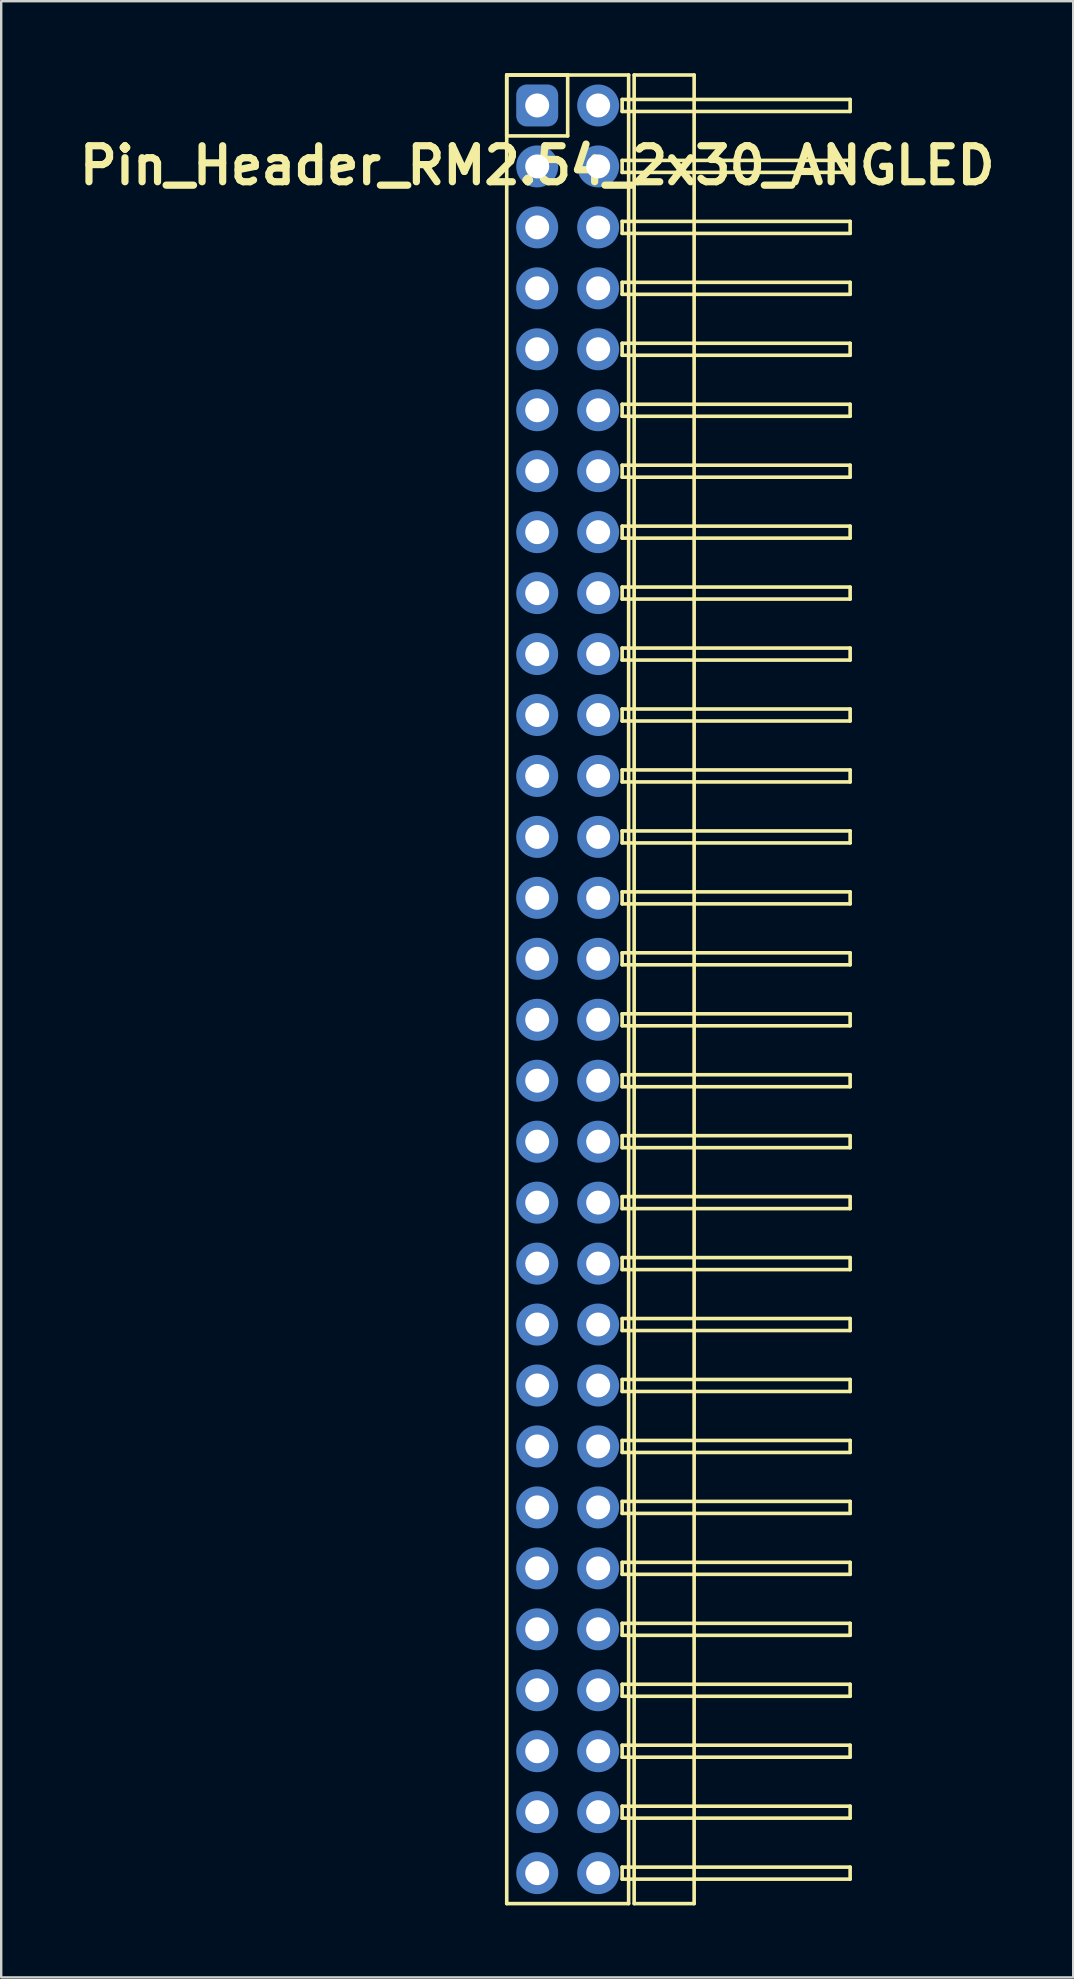
<source format=kicad_pcb>
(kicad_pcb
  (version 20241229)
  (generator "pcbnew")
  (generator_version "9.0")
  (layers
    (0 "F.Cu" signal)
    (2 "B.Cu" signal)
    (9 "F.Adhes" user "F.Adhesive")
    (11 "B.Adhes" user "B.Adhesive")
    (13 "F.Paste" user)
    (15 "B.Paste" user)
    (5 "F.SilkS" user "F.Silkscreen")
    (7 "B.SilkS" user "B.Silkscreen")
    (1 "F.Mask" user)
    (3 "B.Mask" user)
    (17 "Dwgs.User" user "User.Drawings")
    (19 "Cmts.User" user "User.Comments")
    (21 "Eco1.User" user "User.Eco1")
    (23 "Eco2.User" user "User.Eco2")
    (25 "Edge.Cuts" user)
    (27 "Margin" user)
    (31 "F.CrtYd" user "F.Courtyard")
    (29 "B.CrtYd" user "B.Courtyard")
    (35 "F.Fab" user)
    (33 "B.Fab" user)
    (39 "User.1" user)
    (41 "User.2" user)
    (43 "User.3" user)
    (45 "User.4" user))
  (footprint "Pin_Header_RM2.54_2x30_ANGLED"
    (layer "F.Cu")
    (at 19.336 1.345)
    (property "Reference" "Pin_Header_RM2.54_2x30_ANGLED" (at 0 2.5 0) (layer "F.SilkS") (effects (font (size 1.5 1.5) (thickness 0.3))))
    (attr through_hole)
    (fp_line (start -1.27 -1.27) (end 1.27 -1.27) (stroke (width 0.15) (type solid)) (layer "F.SilkS"))
    (fp_line (start -1.27 -1.27) (end 3.81 -1.27) (stroke (width 0.15) (type solid)) (layer "F.SilkS"))
    (fp_line (start -1.27 1.27) (end -1.27 -1.27) (stroke (width 0.15) (type solid)) (layer "F.SilkS"))
    (fp_line (start -1.27 74.93) (end -1.27 -1.27) (stroke (width 0.15) (type solid)) (layer "F.SilkS"))
    (fp_line (start 1.27 -1.27) (end 1.27 1.27) (stroke (width 0.15) (type solid)) (layer "F.SilkS"))
    (fp_line (start 1.27 1.27) (end -1.27 1.27) (stroke (width 0.15) (type solid)) (layer "F.SilkS"))
    (fp_line (start 3.54 -0.25) (end 13.04 -0.25) (stroke (width 0.15) (type solid)) (layer "F.SilkS"))
    (fp_line (start 3.54 0.25) (end 3.54 -0.25) (stroke (width 0.15) (type solid)) (layer "F.SilkS"))
    (fp_line (start 3.54 2.29) (end 13.04 2.29) (stroke (width 0.15) (type solid)) (layer "F.SilkS"))
    (fp_line (start 3.54 2.79) (end 3.54 2.29) (stroke (width 0.15) (type solid)) (layer "F.SilkS"))
    (fp_line (start 3.54 4.83) (end 13.04 4.83) (stroke (width 0.15) (type solid)) (layer "F.SilkS"))
    (fp_line (start 3.54 5.33) (end 3.54 4.83) (stroke (width 0.15) (type solid)) (layer "F.SilkS"))
    (fp_line (start 3.54 7.37) (end 13.04 7.37) (stroke (width 0.15) (type solid)) (layer "F.SilkS"))
    (fp_line (start 3.54 7.87) (end 3.54 7.37) (stroke (width 0.15) (type solid)) (layer "F.SilkS"))
    (fp_line (start 3.54 9.91) (end 13.04 9.91) (stroke (width 0.15) (type solid)) (layer "F.SilkS"))
    (fp_line (start 3.54 10.41) (end 3.54 9.91) (stroke (width 0.15) (type solid)) (layer "F.SilkS"))
    (fp_line (start 3.54 12.45) (end 13.04 12.45) (stroke (width 0.15) (type solid)) (layer "F.SilkS"))
    (fp_line (start 3.54 12.95) (end 3.54 12.45) (stroke (width 0.15) (type solid)) (layer "F.SilkS"))
    (fp_line (start 3.54 14.99) (end 13.04 14.99) (stroke (width 0.15) (type solid)) (layer "F.SilkS"))
    (fp_line (start 3.54 15.49) (end 3.54 14.99) (stroke (width 0.15) (type solid)) (layer "F.SilkS"))
    (fp_line (start 3.54 17.53) (end 13.04 17.53) (stroke (width 0.15) (type solid)) (layer "F.SilkS"))
    (fp_line (start 3.54 18.03) (end 3.54 17.53) (stroke (width 0.15) (type solid)) (layer "F.SilkS"))
    (fp_line (start 3.54 20.07) (end 13.04 20.07) (stroke (width 0.15) (type solid)) (layer "F.SilkS"))
    (fp_line (start 3.54 20.57) (end 3.54 20.07) (stroke (width 0.15) (type solid)) (layer "F.SilkS"))
    (fp_line (start 3.54 22.61) (end 13.04 22.61) (stroke (width 0.15) (type solid)) (layer "F.SilkS"))
    (fp_line (start 3.54 23.11) (end 3.54 22.61) (stroke (width 0.15) (type solid)) (layer "F.SilkS"))
    (fp_line (start 3.54 25.15) (end 13.04 25.15) (stroke (width 0.15) (type solid)) (layer "F.SilkS"))
    (fp_line (start 3.54 25.65) (end 3.54 25.15) (stroke (width 0.15) (type solid)) (layer "F.SilkS"))
    (fp_line (start 3.54 27.69) (end 13.04 27.69) (stroke (width 0.15) (type solid)) (layer "F.SilkS"))
    (fp_line (start 3.54 28.19) (end 3.54 27.69) (stroke (width 0.15) (type solid)) (layer "F.SilkS"))
    (fp_line (start 3.54 30.23) (end 13.04 30.23) (stroke (width 0.15) (type solid)) (layer "F.SilkS"))
    (fp_line (start 3.54 30.73) (end 3.54 30.23) (stroke (width 0.15) (type solid)) (layer "F.SilkS"))
    (fp_line (start 3.54 32.77) (end 13.04 32.77) (stroke (width 0.15) (type solid)) (layer "F.SilkS"))
    (fp_line (start 3.54 33.27) (end 3.54 32.77) (stroke (width 0.15) (type solid)) (layer "F.SilkS"))
    (fp_line (start 3.54 35.31) (end 13.04 35.31) (stroke (width 0.15) (type solid)) (layer "F.SilkS"))
    (fp_line (start 3.54 35.81) (end 3.54 35.31) (stroke (width 0.15) (type solid)) (layer "F.SilkS"))
    (fp_line (start 3.54 37.85) (end 13.04 37.85) (stroke (width 0.15) (type solid)) (layer "F.SilkS"))
    (fp_line (start 3.54 38.35) (end 3.54 37.85) (stroke (width 0.15) (type solid)) (layer "F.SilkS"))
    (fp_line (start 3.54 40.39) (end 13.04 40.39) (stroke (width 0.15) (type solid)) (layer "F.SilkS"))
    (fp_line (start 3.54 40.89) (end 3.54 40.39) (stroke (width 0.15) (type solid)) (layer "F.SilkS"))
    (fp_line (start 3.54 42.93) (end 13.04 42.93) (stroke (width 0.15) (type solid)) (layer "F.SilkS"))
    (fp_line (start 3.54 43.43) (end 3.54 42.93) (stroke (width 0.15) (type solid)) (layer "F.SilkS"))
    (fp_line (start 3.54 45.47) (end 13.04 45.47) (stroke (width 0.15) (type solid)) (layer "F.SilkS"))
    (fp_line (start 3.54 45.97) (end 3.54 45.47) (stroke (width 0.15) (type solid)) (layer "F.SilkS"))
    (fp_line (start 3.54 48.01) (end 13.04 48.01) (stroke (width 0.15) (type solid)) (layer "F.SilkS"))
    (fp_line (start 3.54 48.51) (end 3.54 48.01) (stroke (width 0.15) (type solid)) (layer "F.SilkS"))
    (fp_line (start 3.54 50.55) (end 13.04 50.55) (stroke (width 0.15) (type solid)) (layer "F.SilkS"))
    (fp_line (start 3.54 51.05) (end 3.54 50.55) (stroke (width 0.15) (type solid)) (layer "F.SilkS"))
    (fp_line (start 3.54 53.09) (end 13.04 53.09) (stroke (width 0.15) (type solid)) (layer "F.SilkS"))
    (fp_line (start 3.54 53.59) (end 3.54 53.09) (stroke (width 0.15) (type solid)) (layer "F.SilkS"))
    (fp_line (start 3.54 55.63) (end 13.04 55.63) (stroke (width 0.15) (type solid)) (layer "F.SilkS"))
    (fp_line (start 3.54 56.13) (end 3.54 55.63) (stroke (width 0.15) (type solid)) (layer "F.SilkS"))
    (fp_line (start 3.54 58.17) (end 13.04 58.17) (stroke (width 0.15) (type solid)) (layer "F.SilkS"))
    (fp_line (start 3.54 58.67) (end 3.54 58.17) (stroke (width 0.15) (type solid)) (layer "F.SilkS"))
    (fp_line (start 3.54 60.71) (end 13.04 60.71) (stroke (width 0.15) (type solid)) (layer "F.SilkS"))
    (fp_line (start 3.54 61.21) (end 3.54 60.71) (stroke (width 0.15) (type solid)) (layer "F.SilkS"))
    (fp_line (start 3.54 63.25) (end 13.04 63.25) (stroke (width 0.15) (type solid)) (layer "F.SilkS"))
    (fp_line (start 3.54 63.75) (end 3.54 63.25) (stroke (width 0.15) (type solid)) (layer "F.SilkS"))
    (fp_line (start 3.54 65.79) (end 13.04 65.79) (stroke (width 0.15) (type solid)) (layer "F.SilkS"))
    (fp_line (start 3.54 66.29) (end 3.54 65.79) (stroke (width 0.15) (type solid)) (layer "F.SilkS"))
    (fp_line (start 3.54 68.33) (end 13.04 68.33) (stroke (width 0.15) (type solid)) (layer "F.SilkS"))
    (fp_line (start 3.54 68.83) (end 3.54 68.33) (stroke (width 0.15) (type solid)) (layer "F.SilkS"))
    (fp_line (start 3.54 70.87) (end 13.04 70.87) (stroke (width 0.15) (type solid)) (layer "F.SilkS"))
    (fp_line (start 3.54 71.37) (end 3.54 70.87) (stroke (width 0.15) (type solid)) (layer "F.SilkS"))
    (fp_line (start 3.54 73.41) (end 13.04 73.41) (stroke (width 0.15) (type solid)) (layer "F.SilkS"))
    (fp_line (start 3.54 73.91) (end 3.54 73.41) (stroke (width 0.15) (type solid)) (layer "F.SilkS"))
    (fp_line (start 3.81 -1.27) (end 3.81 74.93) (stroke (width 0.15) (type solid)) (layer "F.SilkS"))
    (fp_line (start 3.81 74.93) (end -1.27 74.93) (stroke (width 0.15) (type solid)) (layer "F.SilkS"))
    (fp_line (start 4.04 -1.27) (end 6.54 -1.27) (stroke (width 0.15) (type solid)) (layer "F.SilkS"))
    (fp_line (start 4.04 74.93) (end 4.04 -1.27) (stroke (width 0.15) (type solid)) (layer "F.SilkS"))
    (fp_line (start 6.54 -1.27) (end 6.54 74.93) (stroke (width 0.15) (type solid)) (layer "F.SilkS"))
    (fp_line (start 6.54 74.93) (end 4.04 74.93) (stroke (width 0.15) (type solid)) (layer "F.SilkS"))
    (fp_line (start 13.04 -0.25) (end 13.04 0.25) (stroke (width 0.15) (type solid)) (layer "F.SilkS"))
    (fp_line (start 13.04 0.25) (end 3.54 0.25) (stroke (width 0.15) (type solid)) (layer "F.SilkS"))
    (fp_line (start 13.04 2.29) (end 13.04 2.79) (stroke (width 0.15) (type solid)) (layer "F.SilkS"))
    (fp_line (start 13.04 2.79) (end 3.54 2.79) (stroke (width 0.15) (type solid)) (layer "F.SilkS"))
    (fp_line (start 13.04 4.83) (end 13.04 5.33) (stroke (width 0.15) (type solid)) (layer "F.SilkS"))
    (fp_line (start 13.04 5.33) (end 3.54 5.33) (stroke (width 0.15) (type solid)) (layer "F.SilkS"))
    (fp_line (start 13.04 7.37) (end 13.04 7.87) (stroke (width 0.15) (type solid)) (layer "F.SilkS"))
    (fp_line (start 13.04 7.87) (end 3.54 7.87) (stroke (width 0.15) (type solid)) (layer "F.SilkS"))
    (fp_line (start 13.04 9.91) (end 13.04 10.41) (stroke (width 0.15) (type solid)) (layer "F.SilkS"))
    (fp_line (start 13.04 10.41) (end 3.54 10.41) (stroke (width 0.15) (type solid)) (layer "F.SilkS"))
    (fp_line (start 13.04 12.45) (end 13.04 12.95) (stroke (width 0.15) (type solid)) (layer "F.SilkS"))
    (fp_line (start 13.04 12.95) (end 3.54 12.95) (stroke (width 0.15) (type solid)) (layer "F.SilkS"))
    (fp_line (start 13.04 14.99) (end 13.04 15.49) (stroke (width 0.15) (type solid)) (layer "F.SilkS"))
    (fp_line (start 13.04 15.49) (end 3.54 15.49) (stroke (width 0.15) (type solid)) (layer "F.SilkS"))
    (fp_line (start 13.04 17.53) (end 13.04 18.03) (stroke (width 0.15) (type solid)) (layer "F.SilkS"))
    (fp_line (start 13.04 18.03) (end 3.54 18.03) (stroke (width 0.15) (type solid)) (layer "F.SilkS"))
    (fp_line (start 13.04 20.07) (end 13.04 20.57) (stroke (width 0.15) (type solid)) (layer "F.SilkS"))
    (fp_line (start 13.04 20.57) (end 3.54 20.57) (stroke (width 0.15) (type solid)) (layer "F.SilkS"))
    (fp_line (start 13.04 22.61) (end 13.04 23.11) (stroke (width 0.15) (type solid)) (layer "F.SilkS"))
    (fp_line (start 13.04 23.11) (end 3.54 23.11) (stroke (width 0.15) (type solid)) (layer "F.SilkS"))
    (fp_line (start 13.04 25.15) (end 13.04 25.65) (stroke (width 0.15) (type solid)) (layer "F.SilkS"))
    (fp_line (start 13.04 25.65) (end 3.54 25.65) (stroke (width 0.15) (type solid)) (layer "F.SilkS"))
    (fp_line (start 13.04 27.69) (end 13.04 28.19) (stroke (width 0.15) (type solid)) (layer "F.SilkS"))
    (fp_line (start 13.04 28.19) (end 3.54 28.19) (stroke (width 0.15) (type solid)) (layer "F.SilkS"))
    (fp_line (start 13.04 30.23) (end 13.04 30.73) (stroke (width 0.15) (type solid)) (layer "F.SilkS"))
    (fp_line (start 13.04 30.73) (end 3.54 30.73) (stroke (width 0.15) (type solid)) (layer "F.SilkS"))
    (fp_line (start 13.04 32.77) (end 13.04 33.27) (stroke (width 0.15) (type solid)) (layer "F.SilkS"))
    (fp_line (start 13.04 33.27) (end 3.54 33.27) (stroke (width 0.15) (type solid)) (layer "F.SilkS"))
    (fp_line (start 13.04 35.31) (end 13.04 35.81) (stroke (width 0.15) (type solid)) (layer "F.SilkS"))
    (fp_line (start 13.04 35.81) (end 3.54 35.81) (stroke (width 0.15) (type solid)) (layer "F.SilkS"))
    (fp_line (start 13.04 37.85) (end 13.04 38.35) (stroke (width 0.15) (type solid)) (layer "F.SilkS"))
    (fp_line (start 13.04 38.35) (end 3.54 38.35) (stroke (width 0.15) (type solid)) (layer "F.SilkS"))
    (fp_line (start 13.04 40.39) (end 13.04 40.89) (stroke (width 0.15) (type solid)) (layer "F.SilkS"))
    (fp_line (start 13.04 40.89) (end 3.54 40.89) (stroke (width 0.15) (type solid)) (layer "F.SilkS"))
    (fp_line (start 13.04 42.93) (end 13.04 43.43) (stroke (width 0.15) (type solid)) (layer "F.SilkS"))
    (fp_line (start 13.04 43.43) (end 3.54 43.43) (stroke (width 0.15) (type solid)) (layer "F.SilkS"))
    (fp_line (start 13.04 45.47) (end 13.04 45.97) (stroke (width 0.15) (type solid)) (layer "F.SilkS"))
    (fp_line (start 13.04 45.97) (end 3.54 45.97) (stroke (width 0.15) (type solid)) (layer "F.SilkS"))
    (fp_line (start 13.04 48.01) (end 13.04 48.51) (stroke (width 0.15) (type solid)) (layer "F.SilkS"))
    (fp_line (start 13.04 48.51) (end 3.54 48.51) (stroke (width 0.15) (type solid)) (layer "F.SilkS"))
    (fp_line (start 13.04 50.55) (end 13.04 51.05) (stroke (width 0.15) (type solid)) (layer "F.SilkS"))
    (fp_line (start 13.04 51.05) (end 3.54 51.05) (stroke (width 0.15) (type solid)) (layer "F.SilkS"))
    (fp_line (start 13.04 53.09) (end 13.04 53.59) (stroke (width 0.15) (type solid)) (layer "F.SilkS"))
    (fp_line (start 13.04 53.59) (end 3.54 53.59) (stroke (width 0.15) (type solid)) (layer "F.SilkS"))
    (fp_line (start 13.04 55.63) (end 13.04 56.13) (stroke (width 0.15) (type solid)) (layer "F.SilkS"))
    (fp_line (start 13.04 56.13) (end 3.54 56.13) (stroke (width 0.15) (type solid)) (layer "F.SilkS"))
    (fp_line (start 13.04 58.17) (end 13.04 58.67) (stroke (width 0.15) (type solid)) (layer "F.SilkS"))
    (fp_line (start 13.04 58.67) (end 3.54 58.67) (stroke (width 0.15) (type solid)) (layer "F.SilkS"))
    (fp_line (start 13.04 60.71) (end 13.04 61.21) (stroke (width 0.15) (type solid)) (layer "F.SilkS"))
    (fp_line (start 13.04 61.21) (end 3.54 61.21) (stroke (width 0.15) (type solid)) (layer "F.SilkS"))
    (fp_line (start 13.04 63.25) (end 13.04 63.75) (stroke (width 0.15) (type solid)) (layer "F.SilkS"))
    (fp_line (start 13.04 63.75) (end 3.54 63.75) (stroke (width 0.15) (type solid)) (layer "F.SilkS"))
    (fp_line (start 13.04 65.79) (end 13.04 66.29) (stroke (width 0.15) (type solid)) (layer "F.SilkS"))
    (fp_line (start 13.04 66.29) (end 3.54 66.29) (stroke (width 0.15) (type solid)) (layer "F.SilkS"))
    (fp_line (start 13.04 68.33) (end 13.04 68.83) (stroke (width 0.15) (type solid)) (layer "F.SilkS"))
    (fp_line (start 13.04 68.83) (end 3.54 68.83) (stroke (width 0.15) (type solid)) (layer "F.SilkS"))
    (fp_line (start 13.04 70.87) (end 13.04 71.37) (stroke (width 0.15) (type solid)) (layer "F.SilkS"))
    (fp_line (start 13.04 71.37) (end 3.54 71.37) (stroke (width 0.15) (type solid)) (layer "F.SilkS"))
    (fp_line (start 13.04 73.41) (end 13.04 73.91) (stroke (width 0.15) (type solid)) (layer "F.SilkS"))
    (fp_line (start 13.04 73.91) (end 3.54 73.91) (stroke (width 0.15) (type solid)) (layer "F.SilkS"))
    (pad "1" thru_hole circle (at 0 0) (size 1.3 1.3) (drill 1) (layers "*.Cu" "*.Mask"))
    (pad "1" smd roundrect (at 0 0) (size 1.5 1.5) (layers "F.Cu" "F.Mask") (roundrect_rratio 0.25))
    (pad "1" smd roundrect (at 0 0) (size 1.75 1.75) (layers "B.Cu" "B.Mask") (roundrect_rratio 0.25))
    (pad "2" thru_hole circle (at 2.54 0) (size 1.3 1.3) (drill 1) (layers "*.Cu" "*.Mask"))
    (pad "2" smd circle (at 2.54 0) (size 1.5 1.5) (layers "F.Cu" "F.Mask"))
    (pad "2" smd circle (at 2.54 0) (size 1.75 1.75) (layers "B.Cu" "B.Mask"))
    (pad "3" thru_hole circle (at 0 2.54) (size 1.3 1.3) (drill 1) (layers "*.Cu" "*.Mask"))
    (pad "3" smd circle (at 0 2.54) (size 1.5 1.5) (layers "F.Cu" "F.Mask"))
    (pad "3" smd circle (at 0 2.54) (size 1.75 1.75) (layers "B.Cu" "B.Mask"))
    (pad "4" thru_hole circle (at 2.54 2.54) (size 1.3 1.3) (drill 1) (layers "*.Cu" "*.Mask"))
    (pad "4" smd circle (at 2.54 2.54) (size 1.5 1.5) (layers "F.Cu" "F.Mask"))
    (pad "4" smd circle (at 2.54 2.54) (size 1.75 1.75) (layers "B.Cu" "B.Mask"))
    (pad "5" thru_hole circle (at 0 5.08) (size 1.3 1.3) (drill 1) (layers "*.Cu" "*.Mask"))
    (pad "5" smd circle (at 0 5.08) (size 1.5 1.5) (layers "F.Cu" "F.Mask"))
    (pad "5" smd circle (at 0 5.08) (size 1.75 1.75) (layers "B.Cu" "B.Mask"))
    (pad "6" thru_hole circle (at 2.54 5.08) (size 1.3 1.3) (drill 1) (layers "*.Cu" "*.Mask"))
    (pad "6" smd circle (at 2.54 5.08) (size 1.5 1.5) (layers "F.Cu" "F.Mask"))
    (pad "6" smd circle (at 2.54 5.08) (size 1.75 1.75) (layers "B.Cu" "B.Mask"))
    (pad "7" thru_hole circle (at 0 7.62) (size 1.3 1.3) (drill 1) (layers "*.Cu" "*.Mask"))
    (pad "7" smd circle (at 0 7.62) (size 1.5 1.5) (layers "F.Cu" "F.Mask"))
    (pad "7" smd circle (at 0 7.62) (size 1.75 1.75) (layers "B.Cu" "B.Mask"))
    (pad "8" thru_hole circle (at 2.54 7.62) (size 1.3 1.3) (drill 1) (layers "*.Cu" "*.Mask"))
    (pad "8" smd circle (at 2.54 7.62) (size 1.5 1.5) (layers "F.Cu" "F.Mask"))
    (pad "8" smd circle (at 2.54 7.62) (size 1.75 1.75) (layers "B.Cu" "B.Mask"))
    (pad "9" thru_hole circle (at 0 10.16) (size 1.3 1.3) (drill 1) (layers "*.Cu" "*.Mask"))
    (pad "9" smd circle (at 0 10.16) (size 1.5 1.5) (layers "F.Cu" "F.Mask"))
    (pad "9" smd circle (at 0 10.16) (size 1.75 1.75) (layers "B.Cu" "B.Mask"))
    (pad "10" thru_hole circle (at 2.54 10.16) (size 1.3 1.3) (drill 1) (layers "*.Cu" "*.Mask"))
    (pad "10" smd circle (at 2.54 10.16) (size 1.5 1.5) (layers "F.Cu" "F.Mask"))
    (pad "10" smd circle (at 2.54 10.16) (size 1.75 1.75) (layers "B.Cu" "B.Mask"))
    (pad "11" thru_hole circle (at 0 12.7) (size 1.3 1.3) (drill 1) (layers "*.Cu" "*.Mask"))
    (pad "11" smd circle (at 0 12.7) (size 1.5 1.5) (layers "F.Cu" "F.Mask"))
    (pad "11" smd circle (at 0 12.7) (size 1.75 1.75) (layers "B.Cu" "B.Mask"))
    (pad "12" thru_hole circle (at 2.54 12.7) (size 1.3 1.3) (drill 1) (layers "*.Cu" "*.Mask"))
    (pad "12" smd circle (at 2.54 12.7) (size 1.5 1.5) (layers "F.Cu" "F.Mask"))
    (pad "12" smd circle (at 2.54 12.7) (size 1.75 1.75) (layers "B.Cu" "B.Mask"))
    (pad "13" thru_hole circle (at 0 15.24) (size 1.3 1.3) (drill 1) (layers "*.Cu" "*.Mask"))
    (pad "13" smd circle (at 0 15.24) (size 1.5 1.5) (layers "F.Cu" "F.Mask"))
    (pad "13" smd circle (at 0 15.24) (size 1.75 1.75) (layers "B.Cu" "B.Mask"))
    (pad "14" thru_hole circle (at 2.54 15.24) (size 1.3 1.3) (drill 1) (layers "*.Cu" "*.Mask"))
    (pad "14" smd circle (at 2.54 15.24) (size 1.5 1.5) (layers "F.Cu" "F.Mask"))
    (pad "14" smd circle (at 2.54 15.24) (size 1.75 1.75) (layers "B.Cu" "B.Mask"))
    (pad "15" thru_hole circle (at 0 17.78) (size 1.3 1.3) (drill 1) (layers "*.Cu" "*.Mask"))
    (pad "15" smd circle (at 0 17.78) (size 1.5 1.5) (layers "F.Cu" "F.Mask"))
    (pad "15" smd circle (at 0 17.78) (size 1.75 1.75) (layers "B.Cu" "B.Mask"))
    (pad "16" thru_hole circle (at 2.54 17.78) (size 1.3 1.3) (drill 1) (layers "*.Cu" "*.Mask"))
    (pad "16" smd circle (at 2.54 17.78) (size 1.5 1.5) (layers "F.Cu" "F.Mask"))
    (pad "16" smd circle (at 2.54 17.78) (size 1.75 1.75) (layers "B.Cu" "B.Mask"))
    (pad "17" thru_hole circle (at 0 20.32) (size 1.3 1.3) (drill 1) (layers "*.Cu" "*.Mask"))
    (pad "17" smd circle (at 0 20.32) (size 1.5 1.5) (layers "F.Cu" "F.Mask"))
    (pad "17" smd circle (at 0 20.32) (size 1.75 1.75) (layers "B.Cu" "B.Mask"))
    (pad "18" thru_hole circle (at 2.54 20.32) (size 1.3 1.3) (drill 1) (layers "*.Cu" "*.Mask"))
    (pad "18" smd circle (at 2.54 20.32) (size 1.5 1.5) (layers "F.Cu" "F.Mask"))
    (pad "18" smd circle (at 2.54 20.32) (size 1.75 1.75) (layers "B.Cu" "B.Mask"))
    (pad "19" thru_hole circle (at 0 22.86) (size 1.3 1.3) (drill 1) (layers "*.Cu" "*.Mask"))
    (pad "19" smd circle (at 0 22.86) (size 1.5 1.5) (layers "F.Cu" "F.Mask"))
    (pad "19" smd circle (at 0 22.86) (size 1.75 1.75) (layers "B.Cu" "B.Mask"))
    (pad "20" thru_hole circle (at 2.54 22.86) (size 1.3 1.3) (drill 1) (layers "*.Cu" "*.Mask"))
    (pad "20" smd circle (at 2.54 22.86) (size 1.5 1.5) (layers "F.Cu" "F.Mask"))
    (pad "20" smd circle (at 2.54 22.86) (size 1.75 1.75) (layers "B.Cu" "B.Mask"))
    (pad "21" thru_hole circle (at 0 25.4) (size 1.3 1.3) (drill 1) (layers "*.Cu" "*.Mask"))
    (pad "21" smd circle (at 0 25.4) (size 1.5 1.5) (layers "F.Cu" "F.Mask"))
    (pad "21" smd circle (at 0 25.4) (size 1.75 1.75) (layers "B.Cu" "B.Mask"))
    (pad "22" thru_hole circle (at 2.54 25.4) (size 1.3 1.3) (drill 1) (layers "*.Cu" "*.Mask"))
    (pad "22" smd circle (at 2.54 25.4) (size 1.5 1.5) (layers "F.Cu" "F.Mask"))
    (pad "22" smd circle (at 2.54 25.4) (size 1.75 1.75) (layers "B.Cu" "B.Mask"))
    (pad "23" thru_hole circle (at 0 27.94) (size 1.3 1.3) (drill 1) (layers "*.Cu" "*.Mask"))
    (pad "23" smd circle (at 0 27.94) (size 1.5 1.5) (layers "F.Cu" "F.Mask"))
    (pad "23" smd circle (at 0 27.94) (size 1.75 1.75) (layers "B.Cu" "B.Mask"))
    (pad "24" thru_hole circle (at 2.54 27.94) (size 1.3 1.3) (drill 1) (layers "*.Cu" "*.Mask"))
    (pad "24" smd circle (at 2.54 27.94) (size 1.5 1.5) (layers "F.Cu" "F.Mask"))
    (pad "24" smd circle (at 2.54 27.94) (size 1.75 1.75) (layers "B.Cu" "B.Mask"))
    (pad "25" thru_hole circle (at 0 30.48) (size 1.3 1.3) (drill 1) (layers "*.Cu" "*.Mask"))
    (pad "25" smd circle (at 0 30.48) (size 1.5 1.5) (layers "F.Cu" "F.Mask"))
    (pad "25" smd circle (at 0 30.48) (size 1.75 1.75) (layers "B.Cu" "B.Mask"))
    (pad "26" thru_hole circle (at 2.54 30.48) (size 1.3 1.3) (drill 1) (layers "*.Cu" "*.Mask"))
    (pad "26" smd circle (at 2.54 30.48) (size 1.5 1.5) (layers "F.Cu" "F.Mask"))
    (pad "26" smd circle (at 2.54 30.48) (size 1.75 1.75) (layers "B.Cu" "B.Mask"))
    (pad "27" thru_hole circle (at 0 33.02) (size 1.3 1.3) (drill 1) (layers "*.Cu" "*.Mask"))
    (pad "27" smd circle (at 0 33.02) (size 1.5 1.5) (layers "F.Cu" "F.Mask"))
    (pad "27" smd circle (at 0 33.02) (size 1.75 1.75) (layers "B.Cu" "B.Mask"))
    (pad "28" thru_hole circle (at 2.54 33.02) (size 1.3 1.3) (drill 1) (layers "*.Cu" "*.Mask"))
    (pad "28" smd circle (at 2.54 33.02) (size 1.5 1.5) (layers "F.Cu" "F.Mask"))
    (pad "28" smd circle (at 2.54 33.02) (size 1.75 1.75) (layers "B.Cu" "B.Mask"))
    (pad "29" thru_hole circle (at 0 35.56) (size 1.3 1.3) (drill 1) (layers "*.Cu" "*.Mask"))
    (pad "29" smd circle (at 0 35.56) (size 1.5 1.5) (layers "F.Cu" "F.Mask"))
    (pad "29" smd circle (at 0 35.56) (size 1.75 1.75) (layers "B.Cu" "B.Mask"))
    (pad "30" thru_hole circle (at 2.54 35.56) (size 1.3 1.3) (drill 1) (layers "*.Cu" "*.Mask"))
    (pad "30" smd circle (at 2.54 35.56) (size 1.5 1.5) (layers "F.Cu" "F.Mask"))
    (pad "30" smd circle (at 2.54 35.56) (size 1.75 1.75) (layers "B.Cu" "B.Mask"))
    (pad "31" thru_hole circle (at 0 38.1) (size 1.3 1.3) (drill 1) (layers "*.Cu" "*.Mask"))
    (pad "31" smd circle (at 0 38.1) (size 1.5 1.5) (layers "F.Cu" "F.Mask"))
    (pad "31" smd circle (at 0 38.1) (size 1.75 1.75) (layers "B.Cu" "B.Mask"))
    (pad "32" thru_hole circle (at 2.54 38.1) (size 1.3 1.3) (drill 1) (layers "*.Cu" "*.Mask"))
    (pad "32" smd circle (at 2.54 38.1) (size 1.5 1.5) (layers "F.Cu" "F.Mask"))
    (pad "32" smd circle (at 2.54 38.1) (size 1.75 1.75) (layers "B.Cu" "B.Mask"))
    (pad "33" thru_hole circle (at 0 40.64) (size 1.3 1.3) (drill 1) (layers "*.Cu" "*.Mask"))
    (pad "33" smd circle (at 0 40.64) (size 1.5 1.5) (layers "F.Cu" "F.Mask"))
    (pad "33" smd circle (at 0 40.64) (size 1.75 1.75) (layers "B.Cu" "B.Mask"))
    (pad "34" thru_hole circle (at 2.54 40.64) (size 1.3 1.3) (drill 1) (layers "*.Cu" "*.Mask"))
    (pad "34" smd circle (at 2.54 40.64) (size 1.5 1.5) (layers "F.Cu" "F.Mask"))
    (pad "34" smd circle (at 2.54 40.64) (size 1.75 1.75) (layers "B.Cu" "B.Mask"))
    (pad "35" thru_hole circle (at 0 43.18) (size 1.3 1.3) (drill 1) (layers "*.Cu" "*.Mask"))
    (pad "35" smd circle (at 0 43.18) (size 1.5 1.5) (layers "F.Cu" "F.Mask"))
    (pad "35" smd circle (at 0 43.18) (size 1.75 1.75) (layers "B.Cu" "B.Mask"))
    (pad "36" thru_hole circle (at 2.54 43.18) (size 1.3 1.3) (drill 1) (layers "*.Cu" "*.Mask"))
    (pad "36" smd circle (at 2.54 43.18) (size 1.5 1.5) (layers "F.Cu" "F.Mask"))
    (pad "36" smd circle (at 2.54 43.18) (size 1.75 1.75) (layers "B.Cu" "B.Mask"))
    (pad "37" thru_hole circle (at 0 45.72) (size 1.3 1.3) (drill 1) (layers "*.Cu" "*.Mask"))
    (pad "37" smd circle (at 0 45.72) (size 1.5 1.5) (layers "F.Cu" "F.Mask"))
    (pad "37" smd circle (at 0 45.72) (size 1.75 1.75) (layers "B.Cu" "B.Mask"))
    (pad "38" thru_hole circle (at 2.54 45.72) (size 1.3 1.3) (drill 1) (layers "*.Cu" "*.Mask"))
    (pad "38" smd circle (at 2.54 45.72) (size 1.5 1.5) (layers "F.Cu" "F.Mask"))
    (pad "38" smd circle (at 2.54 45.72) (size 1.75 1.75) (layers "B.Cu" "B.Mask"))
    (pad "39" thru_hole circle (at 0 48.26) (size 1.3 1.3) (drill 1) (layers "*.Cu" "*.Mask"))
    (pad "39" smd circle (at 0 48.26) (size 1.5 1.5) (layers "F.Cu" "F.Mask"))
    (pad "39" smd circle (at 0 48.26) (size 1.75 1.75) (layers "B.Cu" "B.Mask"))
    (pad "40" thru_hole circle (at 2.54 48.26) (size 1.3 1.3) (drill 1) (layers "*.Cu" "*.Mask"))
    (pad "40" smd circle (at 2.54 48.26) (size 1.5 1.5) (layers "F.Cu" "F.Mask"))
    (pad "40" smd circle (at 2.54 48.26) (size 1.75 1.75) (layers "B.Cu" "B.Mask"))
    (pad "41" thru_hole circle (at 0 50.8) (size 1.3 1.3) (drill 1) (layers "*.Cu" "*.Mask"))
    (pad "41" smd circle (at 0 50.8) (size 1.5 1.5) (layers "F.Cu" "F.Mask"))
    (pad "41" smd circle (at 0 50.8) (size 1.75 1.75) (layers "B.Cu" "B.Mask"))
    (pad "42" thru_hole circle (at 2.54 50.8) (size 1.3 1.3) (drill 1) (layers "*.Cu" "*.Mask"))
    (pad "42" smd circle (at 2.54 50.8) (size 1.5 1.5) (layers "F.Cu" "F.Mask"))
    (pad "42" smd circle (at 2.54 50.8) (size 1.75 1.75) (layers "B.Cu" "B.Mask"))
    (pad "43" thru_hole circle (at 0 53.34) (size 1.3 1.3) (drill 1) (layers "*.Cu" "*.Mask"))
    (pad "43" smd circle (at 0 53.34) (size 1.5 1.5) (layers "F.Cu" "F.Mask"))
    (pad "43" smd circle (at 0 53.34) (size 1.75 1.75) (layers "B.Cu" "B.Mask"))
    (pad "44" thru_hole circle (at 2.54 53.34) (size 1.3 1.3) (drill 1) (layers "*.Cu" "*.Mask"))
    (pad "44" smd circle (at 2.54 53.34) (size 1.5 1.5) (layers "F.Cu" "F.Mask"))
    (pad "44" smd circle (at 2.54 53.34) (size 1.75 1.75) (layers "B.Cu" "B.Mask"))
    (pad "45" thru_hole circle (at 0 55.88) (size 1.3 1.3) (drill 1) (layers "*.Cu" "*.Mask"))
    (pad "45" smd circle (at 0 55.88) (size 1.5 1.5) (layers "F.Cu" "F.Mask"))
    (pad "45" smd circle (at 0 55.88) (size 1.75 1.75) (layers "B.Cu" "B.Mask"))
    (pad "46" thru_hole circle (at 2.54 55.88) (size 1.3 1.3) (drill 1) (layers "*.Cu" "*.Mask"))
    (pad "46" smd circle (at 2.54 55.88) (size 1.5 1.5) (layers "F.Cu" "F.Mask"))
    (pad "46" smd circle (at 2.54 55.88) (size 1.75 1.75) (layers "B.Cu" "B.Mask"))
    (pad "47" thru_hole circle (at 0 58.42) (size 1.3 1.3) (drill 1) (layers "*.Cu" "*.Mask"))
    (pad "47" smd circle (at 0 58.42) (size 1.5 1.5) (layers "F.Cu" "F.Mask"))
    (pad "47" smd circle (at 0 58.42) (size 1.75 1.75) (layers "B.Cu" "B.Mask"))
    (pad "48" thru_hole circle (at 2.54 58.42) (size 1.3 1.3) (drill 1) (layers "*.Cu" "*.Mask"))
    (pad "48" smd circle (at 2.54 58.42) (size 1.5 1.5) (layers "F.Cu" "F.Mask"))
    (pad "48" smd circle (at 2.54 58.42) (size 1.75 1.75) (layers "B.Cu" "B.Mask"))
    (pad "49" thru_hole circle (at 0 60.96) (size 1.3 1.3) (drill 1) (layers "*.Cu" "*.Mask"))
    (pad "49" smd circle (at 0 60.96) (size 1.5 1.5) (layers "F.Cu" "F.Mask"))
    (pad "49" smd circle (at 0 60.96) (size 1.75 1.75) (layers "B.Cu" "B.Mask"))
    (pad "50" thru_hole circle (at 2.54 60.96) (size 1.3 1.3) (drill 1) (layers "*.Cu" "*.Mask"))
    (pad "50" smd circle (at 2.54 60.96) (size 1.5 1.5) (layers "F.Cu" "F.Mask"))
    (pad "50" smd circle (at 2.54 60.96) (size 1.75 1.75) (layers "B.Cu" "B.Mask"))
    (pad "51" thru_hole circle (at 0 63.5) (size 1.3 1.3) (drill 1) (layers "*.Cu" "*.Mask"))
    (pad "51" smd circle (at 0 63.5) (size 1.5 1.5) (layers "F.Cu" "F.Mask"))
    (pad "51" smd circle (at 0 63.5) (size 1.75 1.75) (layers "B.Cu" "B.Mask"))
    (pad "52" thru_hole circle (at 2.54 63.5) (size 1.3 1.3) (drill 1) (layers "*.Cu" "*.Mask"))
    (pad "52" smd circle (at 2.54 63.5) (size 1.5 1.5) (layers "F.Cu" "F.Mask"))
    (pad "52" smd circle (at 2.54 63.5) (size 1.75 1.75) (layers "B.Cu" "B.Mask"))
    (pad "53" thru_hole circle (at 0 66.04) (size 1.3 1.3) (drill 1) (layers "*.Cu" "*.Mask"))
    (pad "53" smd circle (at 0 66.04) (size 1.5 1.5) (layers "F.Cu" "F.Mask"))
    (pad "53" smd circle (at 0 66.04) (size 1.75 1.75) (layers "B.Cu" "B.Mask"))
    (pad "54" thru_hole circle (at 2.54 66.04) (size 1.3 1.3) (drill 1) (layers "*.Cu" "*.Mask"))
    (pad "54" smd circle (at 2.54 66.04) (size 1.5 1.5) (layers "F.Cu" "F.Mask"))
    (pad "54" smd circle (at 2.54 66.04) (size 1.75 1.75) (layers "B.Cu" "B.Mask"))
    (pad "55" thru_hole circle (at 0 68.58) (size 1.3 1.3) (drill 1) (layers "*.Cu" "*.Mask"))
    (pad "55" smd circle (at 0 68.58) (size 1.5 1.5) (layers "F.Cu" "F.Mask"))
    (pad "55" smd circle (at 0 68.58) (size 1.75 1.75) (layers "B.Cu" "B.Mask"))
    (pad "56" thru_hole circle (at 2.54 68.58) (size 1.3 1.3) (drill 1) (layers "*.Cu" "*.Mask"))
    (pad "56" smd circle (at 2.54 68.58) (size 1.5 1.5) (layers "F.Cu" "F.Mask"))
    (pad "56" smd circle (at 2.54 68.58) (size 1.75 1.75) (layers "B.Cu" "B.Mask"))
    (pad "57" thru_hole circle (at 0 71.12) (size 1.3 1.3) (drill 1) (layers "*.Cu" "*.Mask"))
    (pad "57" smd circle (at 0 71.12) (size 1.5 1.5) (layers "F.Cu" "F.Mask"))
    (pad "57" smd circle (at 0 71.12) (size 1.75 1.75) (layers "B.Cu" "B.Mask"))
    (pad "58" thru_hole circle (at 2.54 71.12) (size 1.3 1.3) (drill 1) (layers "*.Cu" "*.Mask"))
    (pad "58" smd circle (at 2.54 71.12) (size 1.5 1.5) (layers "F.Cu" "F.Mask"))
    (pad "58" smd circle (at 2.54 71.12) (size 1.75 1.75) (layers "B.Cu" "B.Mask"))
    (pad "59" thru_hole circle (at 0 73.66) (size 1.3 1.3) (drill 1) (layers "*.Cu" "*.Mask"))
    (pad "59" smd circle (at 0 73.66) (size 1.5 1.5) (layers "F.Cu" "F.Mask"))
    (pad "59" smd circle (at 0 73.66) (size 1.75 1.75) (layers "B.Cu" "B.Mask"))
    (pad "60" thru_hole circle (at 2.54 73.66) (size 1.3 1.3) (drill 1) (layers "*.Cu" "*.Mask"))
    (pad "60" smd circle (at 2.54 73.66) (size 1.5 1.5) (layers "F.Cu" "F.Mask"))
    (pad "60" smd circle (at 2.54 73.66) (size 1.75 1.75) (layers "B.Cu" "B.Mask")))
  (gr_rect
    (start -3 -3)
    (end 41.671 79.35)
    (stroke (width 0.1) (type default))
    (fill no)
    (layer "Edge.Cuts")))
</source>
